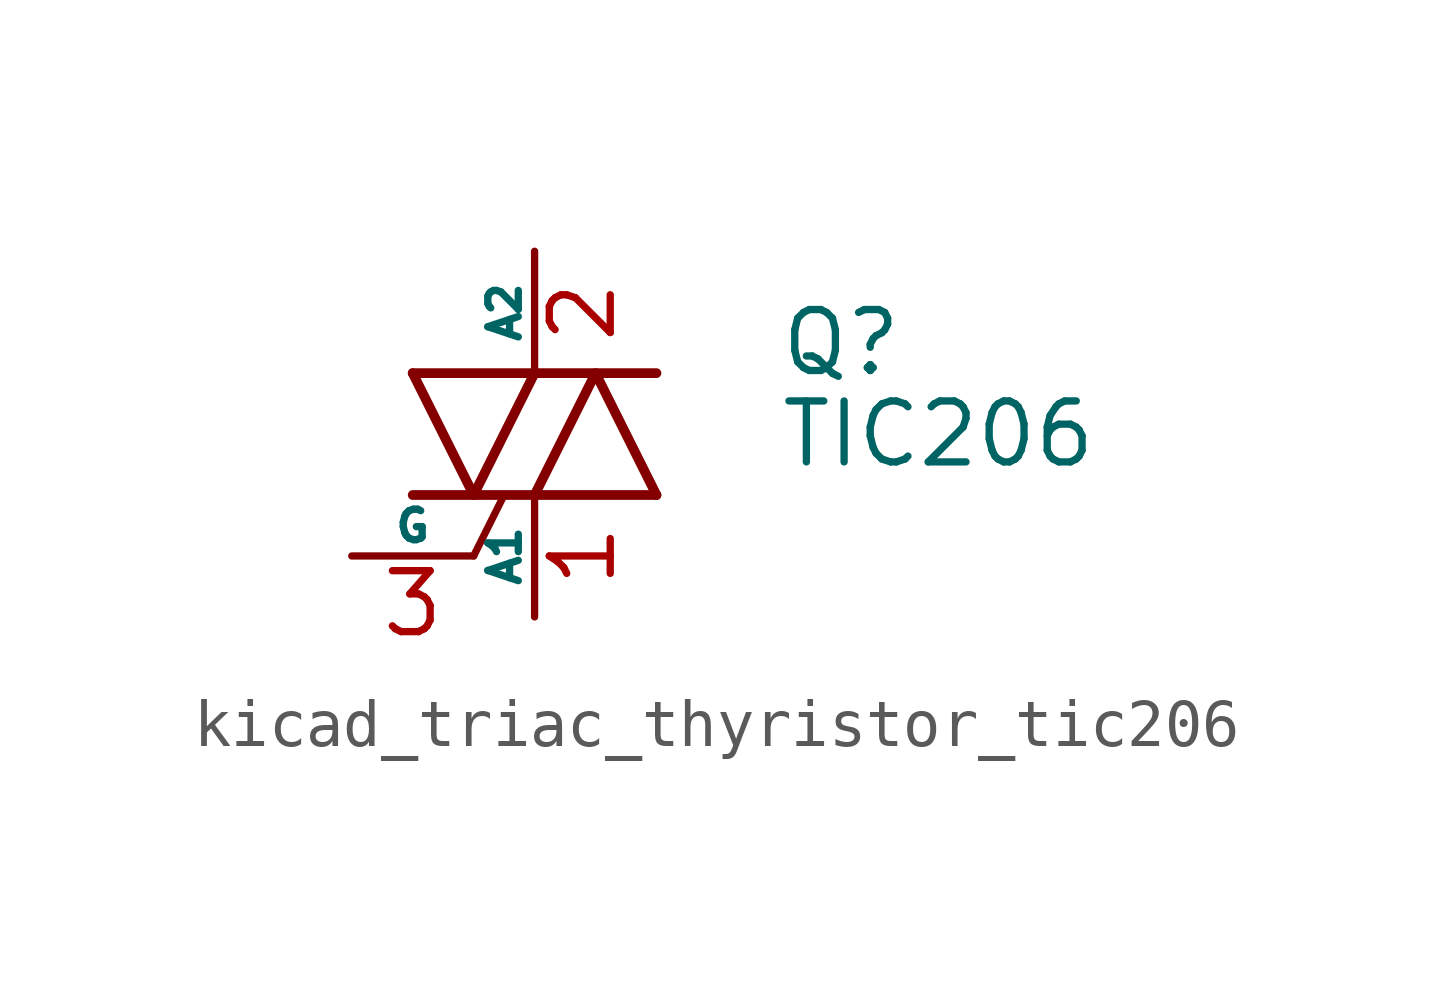
<source format=kicad_sym>
(kicad_symbol_lib
  (version 20220914)
  (generator kicad_symbol_editor)
  (symbol "kicad_triac_thyristor_tic206"
    (pin_names
      (offset 0))
    (property "Reference" "Q"
      (at 5.08 1.905 0)
      (effects (font (size 1.27 1.27)) (justify left)))
    (property "Value" "TIC206"
      (at 5.08 0 0)
      (effects (font (size 1.27 1.27)) (justify left)))
    (symbol "kicad_triac_thyristor_tic206_0_1"
      (polyline (pts (xy -2.54 -1.27) (xy 2.54 -1.27)) (stroke (width 0.203) (type default)) (fill (type none)))
      (polyline (pts (xy -2.54 1.27) (xy 2.54 1.27)) (stroke (width 0.203) (type default)) (fill (type none)))
      (polyline (pts (xy -1.27 -2.54) (xy -0.635 -1.27)) (stroke (width 0) (type default)) (fill (type none)))
      (polyline (pts (xy -2.54 1.27) (xy -1.27 -1.27) (xy 0 1.27)) (stroke (width 0.203) (type default)) (fill (type none)))
      (polyline (pts (xy 0 -1.27) (xy 1.27 1.27) (xy 2.54 -1.27)) (stroke (width 0.203) (type default)) (fill (type none))))
    (symbol "kicad_triac_thyristor_tic206_1_1"
      (pin passive line (at 0 -3.81 90) (length 2.54) (name "A1" (effects (font (size 0.635 0.635)))) (number "1" (effects (font (size 1.27 1.27)))))
      (pin passive line (at 0 3.81 270) (length 2.54) (name "A2" (effects (font (size 0.635 0.635)))) (number "2" (effects (font (size 1.27 1.27)))))
      (pin input line (at -3.81 -2.54 0) (length 2.54) (name "G" (effects (font (size 0.635 0.635)))) (number "3" (effects (font (size 1.27 1.27))))))))
</source>
